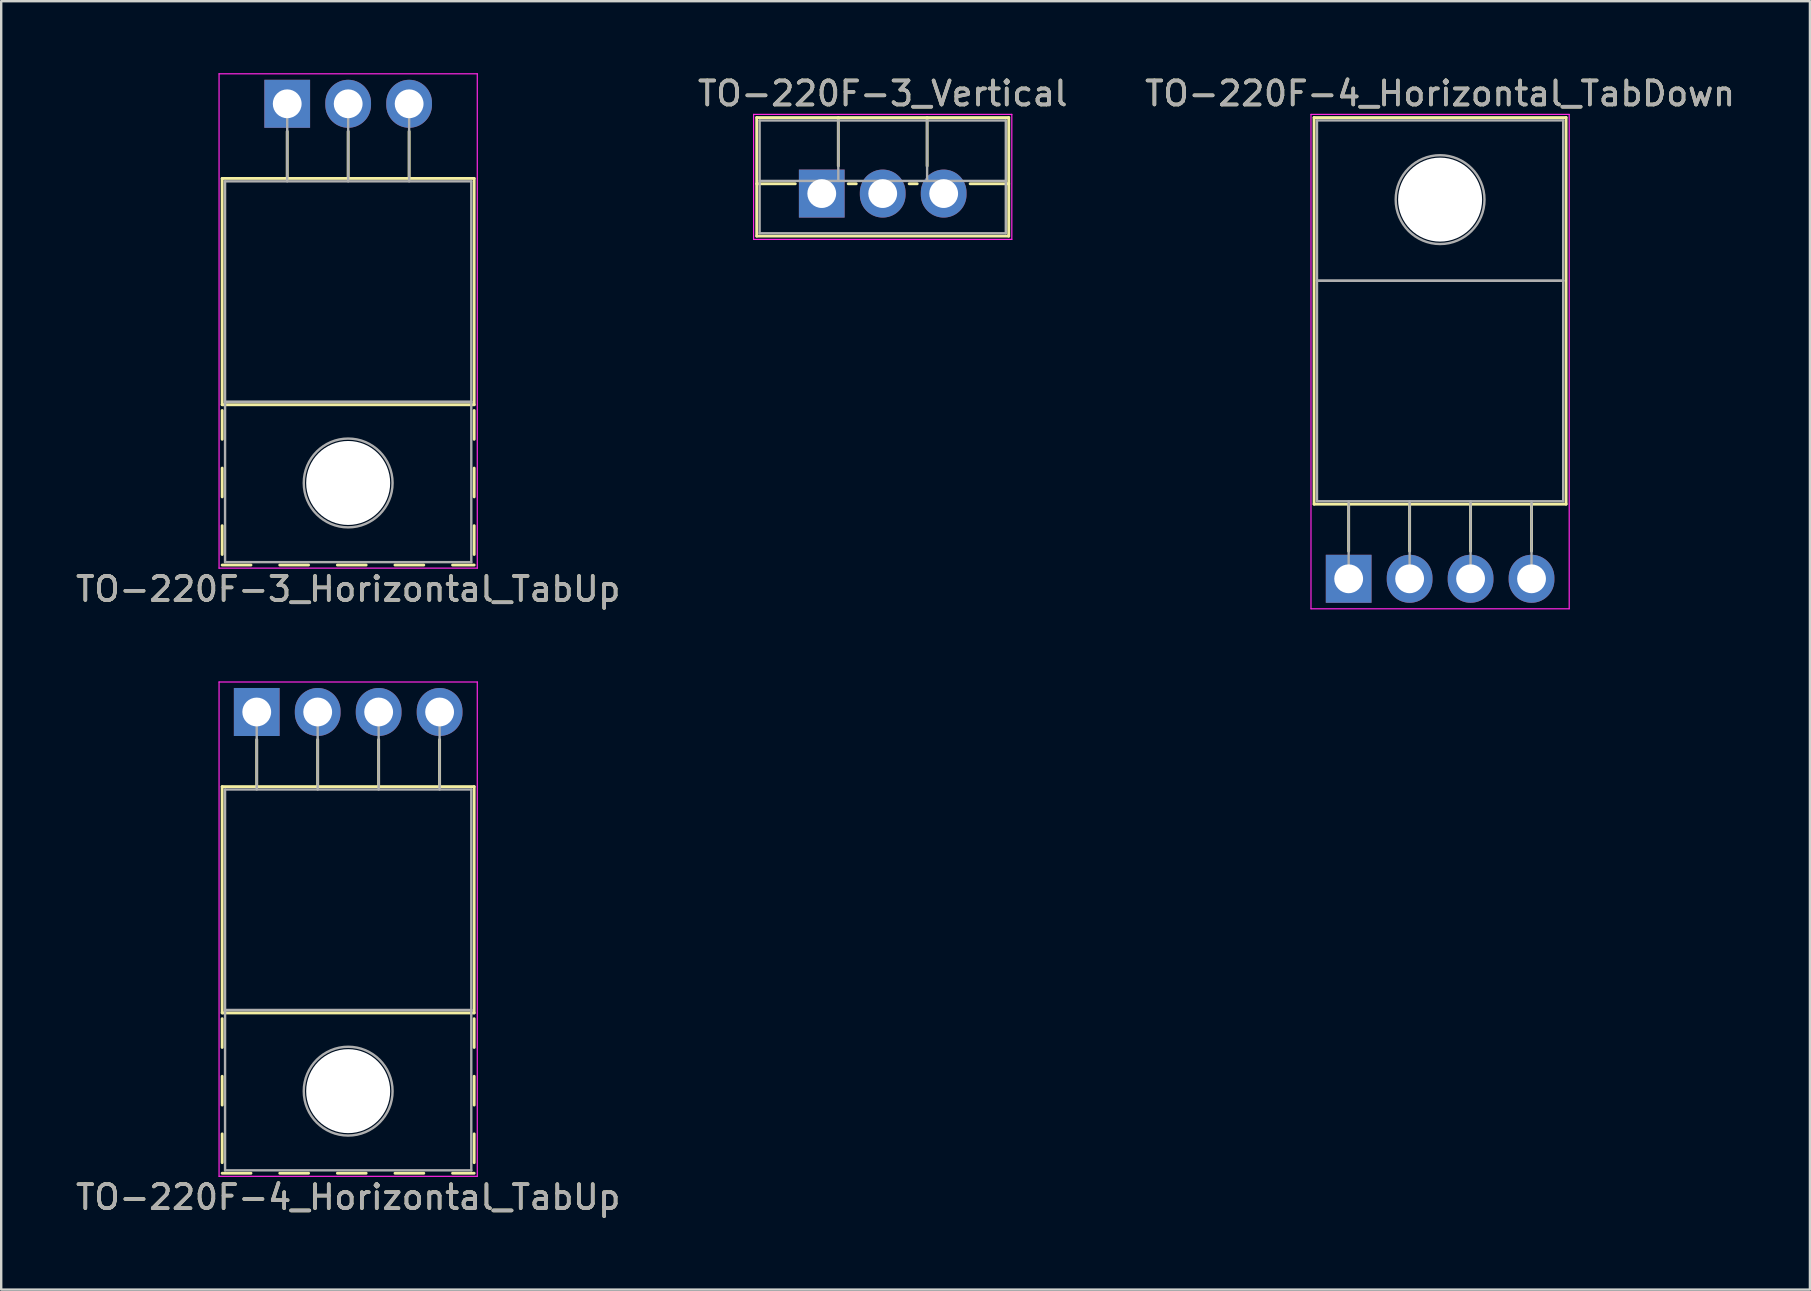
<source format=kicad_pcb>
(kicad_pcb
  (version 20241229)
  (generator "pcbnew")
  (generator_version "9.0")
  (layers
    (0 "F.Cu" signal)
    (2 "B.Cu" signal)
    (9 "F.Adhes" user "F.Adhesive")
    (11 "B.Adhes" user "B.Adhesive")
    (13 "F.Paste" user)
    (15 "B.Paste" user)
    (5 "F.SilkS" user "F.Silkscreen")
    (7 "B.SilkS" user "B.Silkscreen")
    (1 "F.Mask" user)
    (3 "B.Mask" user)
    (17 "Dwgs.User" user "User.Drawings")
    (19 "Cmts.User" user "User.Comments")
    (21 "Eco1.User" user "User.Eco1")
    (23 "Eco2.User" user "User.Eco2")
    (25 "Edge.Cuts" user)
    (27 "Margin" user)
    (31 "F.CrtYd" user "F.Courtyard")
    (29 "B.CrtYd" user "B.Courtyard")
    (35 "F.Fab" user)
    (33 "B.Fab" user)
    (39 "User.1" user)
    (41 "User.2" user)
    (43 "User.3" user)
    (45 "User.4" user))
  (footprint "TO-220F-3_Vertical"
    (layer "F.Cu")
    (at 31.192 5.016)
    (property "Reference" "TO-220F-3_Vertical" (at 2.54 -4.168 0) (layer "F.SilkS") (effects (font (size 1 1) (thickness 0.15))))
    (attr through_hole)
    (fp_line (start -2.71 -3.168) (end -2.71 1.773) (stroke (width 0.12) (type solid)) (layer "F.SilkS"))
    (fp_line (start -2.71 -3.168) (end 7.79 -3.168) (stroke (width 0.12) (type solid)) (layer "F.SilkS"))
    (fp_line (start -2.71 -0.408) (end -1.103 -0.408) (stroke (width 0.12) (type solid)) (layer "F.SilkS"))
    (fp_line (start -2.71 1.773) (end 7.79 1.773) (stroke (width 0.12) (type solid)) (layer "F.SilkS"))
    (fp_line (start 0.69 -3.168) (end 0.69 -1.15) (stroke (width 0.12) (type solid)) (layer "F.SilkS"))
    (fp_line (start 1.103 -0.408) (end 1.438 -0.408) (stroke (width 0.12) (type solid)) (layer "F.SilkS"))
    (fp_line (start 3.643 -0.408) (end 3.978 -0.408) (stroke (width 0.12) (type solid)) (layer "F.SilkS"))
    (fp_line (start 4.391 -3.168) (end 4.391 -1.15) (stroke (width 0.12) (type solid)) (layer "F.SilkS"))
    (fp_line (start 6.183 -0.408) (end 7.79 -0.408) (stroke (width 0.12) (type solid)) (layer "F.SilkS"))
    (fp_line (start 7.79 -3.168) (end 7.79 1.773) (stroke (width 0.12) (type solid)) (layer "F.SilkS"))
    (fp_line (start -2.84 -3.3) (end -2.84 1.91) (stroke (width 0.05) (type solid)) (layer "F.CrtYd"))
    (fp_line (start -2.84 1.91) (end 7.92 1.91) (stroke (width 0.05) (type solid)) (layer "F.CrtYd"))
    (fp_line (start 7.92 -3.3) (end -2.84 -3.3) (stroke (width 0.05) (type solid)) (layer "F.CrtYd"))
    (fp_line (start 7.92 1.91) (end 7.92 -3.3) (stroke (width 0.05) (type solid)) (layer "F.CrtYd"))
    (fp_line (start -2.59 -3.047) (end -2.59 1.653) (stroke (width 0.1) (type solid)) (layer "F.Fab"))
    (fp_line (start -2.59 -0.527) (end 7.67 -0.527) (stroke (width 0.1) (type solid)) (layer "F.Fab"))
    (fp_line (start -2.59 1.653) (end 7.67 1.653) (stroke (width 0.1) (type solid)) (layer "F.Fab"))
    (fp_line (start 0.69 -3.047) (end 0.69 -0.527) (stroke (width 0.1) (type solid)) (layer "F.Fab"))
    (fp_line (start 4.39 -3.047) (end 4.39 -0.527) (stroke (width 0.1) (type solid)) (layer "F.Fab"))
    (fp_line (start 7.67 -3.047) (end -2.59 -3.047) (stroke (width 0.1) (type solid)) (layer "F.Fab"))
    (fp_line (start 7.67 1.653) (end 7.67 -3.047) (stroke (width 0.1) (type solid)) (layer "F.Fab"))
    (fp_text user "${REFERENCE}" (at 2.54 -4.168 0) (layer "F.Fab") (effects (font (size 1 1) (thickness 0.15))))
    (pad "1" thru_hole rect (at 0 0) (size 1.905 2) (drill 1.2) (layers "*.Cu" "*.Mask"))
    (pad "2" thru_hole oval (at 2.54 0) (size 1.905 2) (drill 1.2) (layers "*.Cu" "*.Mask"))
    (pad "3" thru_hole oval (at 5.08 0) (size 1.905 2) (drill 1.2) (layers "*.Cu" "*.Mask")))
  (footprint "TO-220F-4_Horizontal_TabUp"
    (layer "F.Cu")
    (at 7.648 26.618)
    (property "Reference" "TO-220F-4_Horizontal_TabUp" (at 3.81 20.22 0) (layer "F.SilkS") (effects (font (size 1 1) (thickness 0.15))))
    (attr through_hole)
    (fp_line (start -1.44 3.11) (end -1.44 12.54) (stroke (width 0.12) (type solid)) (layer "F.SilkS"))
    (fp_line (start -1.44 3.11) (end 9.06 3.11) (stroke (width 0.12) (type solid)) (layer "F.SilkS"))
    (fp_line (start -1.44 12.54) (end 9.06 12.54) (stroke (width 0.12) (type solid)) (layer "F.SilkS"))
    (fp_line (start -1.44 12.78) (end -1.44 13.98) (stroke (width 0.12) (type solid)) (layer "F.SilkS"))
    (fp_line (start -1.44 15.18) (end -1.44 16.38) (stroke (width 0.12) (type solid)) (layer "F.SilkS"))
    (fp_line (start -1.44 17.58) (end -1.44 18.78) (stroke (width 0.12) (type solid)) (layer "F.SilkS"))
    (fp_line (start -1.44 19.22) (end -0.24 19.22) (stroke (width 0.12) (type solid)) (layer "F.SilkS"))
    (fp_line (start 0 1.15) (end 0 3.11) (stroke (width 0.12) (type solid)) (layer "F.SilkS"))
    (fp_line (start 0.96 19.22) (end 2.16 19.22) (stroke (width 0.12) (type solid)) (layer "F.SilkS"))
    (fp_line (start 2.54 1.15) (end 2.54 3.11) (stroke (width 0.12) (type solid)) (layer "F.SilkS"))
    (fp_line (start 3.361 19.22) (end 4.56 19.22) (stroke (width 0.12) (type solid)) (layer "F.SilkS"))
    (fp_line (start 5.08 1.15) (end 5.08 3.11) (stroke (width 0.12) (type solid)) (layer "F.SilkS"))
    (fp_line (start 5.761 19.22) (end 6.961 19.22) (stroke (width 0.12) (type solid)) (layer "F.SilkS"))
    (fp_line (start 7.62 1.15) (end 7.62 3.11) (stroke (width 0.12) (type solid)) (layer "F.SilkS"))
    (fp_line (start 8.16 19.22) (end 9.06 19.22) (stroke (width 0.12) (type solid)) (layer "F.SilkS"))
    (fp_line (start 9.06 3.11) (end 9.06 12.54) (stroke (width 0.12) (type solid)) (layer "F.SilkS"))
    (fp_line (start 9.06 12.78) (end 9.06 13.98) (stroke (width 0.12) (type solid)) (layer "F.SilkS"))
    (fp_line (start 9.06 15.18) (end 9.06 16.38) (stroke (width 0.12) (type solid)) (layer "F.SilkS"))
    (fp_line (start 9.06 17.58) (end 9.06 18.78) (stroke (width 0.12) (type solid)) (layer "F.SilkS"))
    (fp_line (start -1.57 -1.25) (end -1.57 19.35) (stroke (width 0.05) (type solid)) (layer "F.CrtYd"))
    (fp_line (start -1.57 19.35) (end 9.19 19.35) (stroke (width 0.05) (type solid)) (layer "F.CrtYd"))
    (fp_line (start 9.19 -1.25) (end -1.57 -1.25) (stroke (width 0.05) (type solid)) (layer "F.CrtYd"))
    (fp_line (start 9.19 19.35) (end 9.19 -1.25) (stroke (width 0.05) (type solid)) (layer "F.CrtYd"))
    (fp_line (start -1.32 3.23) (end -1.32 12.42) (stroke (width 0.1) (type solid)) (layer "F.Fab"))
    (fp_line (start -1.32 12.42) (end -1.32 19.1) (stroke (width 0.1) (type solid)) (layer "F.Fab"))
    (fp_line (start -1.32 12.42) (end 8.94 12.42) (stroke (width 0.1) (type solid)) (layer "F.Fab"))
    (fp_line (start -1.32 19.1) (end 8.94 19.1) (stroke (width 0.1) (type solid)) (layer "F.Fab"))
    (fp_line (start 0 3.23) (end 0 0) (stroke (width 0.1) (type solid)) (layer "F.Fab"))
    (fp_line (start 2.54 3.23) (end 2.54 0) (stroke (width 0.1) (type solid)) (layer "F.Fab"))
    (fp_line (start 5.08 3.23) (end 5.08 0) (stroke (width 0.1) (type solid)) (layer "F.Fab"))
    (fp_line (start 7.62 3.23) (end 7.62 0) (stroke (width 0.1) (type solid)) (layer "F.Fab"))
    (fp_line (start 8.94 3.23) (end -1.32 3.23) (stroke (width 0.1) (type solid)) (layer "F.Fab"))
    (fp_line (start 8.94 12.42) (end -1.32 12.42) (stroke (width 0.1) (type solid)) (layer "F.Fab"))
    (fp_line (start 8.94 12.42) (end 8.94 3.23) (stroke (width 0.1) (type solid)) (layer "F.Fab"))
    (fp_line (start 8.94 19.1) (end 8.94 12.42) (stroke (width 0.1) (type solid)) (layer "F.Fab"))
    (fp_circle (center 3.81 15.8) (end 5.66 15.8) (stroke (width 0.1) (type solid)) (fill no) (layer "F.Fab"))
    (fp_text user "${REFERENCE}" (at 3.81 20.22 0) (layer "F.Fab") (effects (font (size 1 1) (thickness 0.15))))
    (pad "" np_thru_hole oval (at 3.81 15.8) (size 3.5 3.5) (drill 3.5) (layers "*.Cu" "*.Mask"))
    (pad "1" thru_hole rect (at 0 0) (size 1.905 2) (drill 1.2) (layers "*.Cu" "*.Mask"))
    (pad "2" thru_hole oval (at 2.54 0) (size 1.905 2) (drill 1.2) (layers "*.Cu" "*.Mask"))
    (pad "3" thru_hole oval (at 5.08 0) (size 1.905 2) (drill 1.2) (layers "*.Cu" "*.Mask"))
    (pad "4" thru_hole oval (at 7.62 0) (size 1.905 2) (drill 1.2) (layers "*.Cu" "*.Mask")))
  (footprint "TO-220F-3_Horizontal_TabUp"
    (layer "F.Cu")
    (at 8.918 1.275)
    (property "Reference" "TO-220F-3_Horizontal_TabUp" (at 2.54 20.22 0) (layer "F.SilkS") (effects (font (size 1 1) (thickness 0.15))))
    (attr through_hole)
    (fp_line (start -2.71 3.11) (end -2.71 12.54) (stroke (width 0.12) (type solid)) (layer "F.SilkS"))
    (fp_line (start -2.71 3.11) (end 7.79 3.11) (stroke (width 0.12) (type solid)) (layer "F.SilkS"))
    (fp_line (start -2.71 12.54) (end 7.79 12.54) (stroke (width 0.12) (type solid)) (layer "F.SilkS"))
    (fp_line (start -2.71 12.78) (end -2.71 13.98) (stroke (width 0.12) (type solid)) (layer "F.SilkS"))
    (fp_line (start -2.71 15.18) (end -2.71 16.38) (stroke (width 0.12) (type solid)) (layer "F.SilkS"))
    (fp_line (start -2.71 17.58) (end -2.71 18.78) (stroke (width 0.12) (type solid)) (layer "F.SilkS"))
    (fp_line (start -2.71 19.22) (end -1.51 19.22) (stroke (width 0.12) (type solid)) (layer "F.SilkS"))
    (fp_line (start -0.311 19.22) (end 0.89 19.22) (stroke (width 0.12) (type solid)) (layer "F.SilkS"))
    (fp_line (start 0 1.15) (end 0 3.11) (stroke (width 0.12) (type solid)) (layer "F.SilkS"))
    (fp_line (start 2.09 19.22) (end 3.29 19.22) (stroke (width 0.12) (type solid)) (layer "F.SilkS"))
    (fp_line (start 2.54 1.15) (end 2.54 3.11) (stroke (width 0.12) (type solid)) (layer "F.SilkS"))
    (fp_line (start 4.49 19.22) (end 5.69 19.22) (stroke (width 0.12) (type solid)) (layer "F.SilkS"))
    (fp_line (start 5.08 1.15) (end 5.08 3.11) (stroke (width 0.12) (type solid)) (layer "F.SilkS"))
    (fp_line (start 6.89 19.22) (end 7.79 19.22) (stroke (width 0.12) (type solid)) (layer "F.SilkS"))
    (fp_line (start 7.79 3.11) (end 7.79 12.54) (stroke (width 0.12) (type solid)) (layer "F.SilkS"))
    (fp_line (start 7.79 12.78) (end 7.79 13.98) (stroke (width 0.12) (type solid)) (layer "F.SilkS"))
    (fp_line (start 7.79 15.18) (end 7.79 16.38) (stroke (width 0.12) (type solid)) (layer "F.SilkS"))
    (fp_line (start 7.79 17.58) (end 7.79 18.78) (stroke (width 0.12) (type solid)) (layer "F.SilkS"))
    (fp_line (start -2.84 -1.25) (end -2.84 19.35) (stroke (width 0.05) (type solid)) (layer "F.CrtYd"))
    (fp_line (start -2.84 19.35) (end 7.92 19.35) (stroke (width 0.05) (type solid)) (layer "F.CrtYd"))
    (fp_line (start 7.92 -1.25) (end -2.84 -1.25) (stroke (width 0.05) (type solid)) (layer "F.CrtYd"))
    (fp_line (start 7.92 19.35) (end 7.92 -1.25) (stroke (width 0.05) (type solid)) (layer "F.CrtYd"))
    (fp_line (start -2.59 3.23) (end -2.59 12.42) (stroke (width 0.1) (type solid)) (layer "F.Fab"))
    (fp_line (start -2.59 12.42) (end -2.59 19.1) (stroke (width 0.1) (type solid)) (layer "F.Fab"))
    (fp_line (start -2.59 12.42) (end 7.67 12.42) (stroke (width 0.1) (type solid)) (layer "F.Fab"))
    (fp_line (start -2.59 19.1) (end 7.67 19.1) (stroke (width 0.1) (type solid)) (layer "F.Fab"))
    (fp_line (start 0 3.23) (end 0 0) (stroke (width 0.1) (type solid)) (layer "F.Fab"))
    (fp_line (start 2.54 3.23) (end 2.54 0) (stroke (width 0.1) (type solid)) (layer "F.Fab"))
    (fp_line (start 5.08 3.23) (end 5.08 0) (stroke (width 0.1) (type solid)) (layer "F.Fab"))
    (fp_line (start 7.67 3.23) (end -2.59 3.23) (stroke (width 0.1) (type solid)) (layer "F.Fab"))
    (fp_line (start 7.67 12.42) (end -2.59 12.42) (stroke (width 0.1) (type solid)) (layer "F.Fab"))
    (fp_line (start 7.67 12.42) (end 7.67 3.23) (stroke (width 0.1) (type solid)) (layer "F.Fab"))
    (fp_line (start 7.67 19.1) (end 7.67 12.42) (stroke (width 0.1) (type solid)) (layer "F.Fab"))
    (fp_circle (center 2.54 15.8) (end 4.39 15.8) (stroke (width 0.1) (type solid)) (fill no) (layer "F.Fab"))
    (fp_text user "${REFERENCE}" (at 2.54 20.22 0) (layer "F.Fab") (effects (font (size 1 1) (thickness 0.15))))
    (pad "" np_thru_hole oval (at 2.54 15.8) (size 3.5 3.5) (drill 3.5) (layers "*.Cu" "*.Mask"))
    (pad "1" thru_hole rect (at 0 0) (size 1.905 2) (drill 1.2) (layers "*.Cu" "*.Mask"))
    (pad "2" thru_hole oval (at 2.54 0) (size 1.905 2) (drill 1.2) (layers "*.Cu" "*.Mask"))
    (pad "3" thru_hole oval (at 5.08 0) (size 1.905 2) (drill 1.2) (layers "*.Cu" "*.Mask")))
  (footprint "TO-220F-4_Horizontal_TabDown"
    (layer "F.Cu")
    (at 53.148 21.068)
    (property "Reference" "TO-220F-4_Horizontal_TabDown" (at 3.81 -20.22 0) (layer "F.SilkS") (effects (font (size 1 1) (thickness 0.15))))
    (attr through_hole)
    (fp_line (start -1.44 -19.22) (end -1.44 -3.11) (stroke (width 0.12) (type solid)) (layer "F.SilkS"))
    (fp_line (start -1.44 -19.22) (end 9.06 -19.22) (stroke (width 0.12) (type solid)) (layer "F.SilkS"))
    (fp_line (start -1.44 -3.11) (end 9.06 -3.11) (stroke (width 0.12) (type solid)) (layer "F.SilkS"))
    (fp_line (start 0 -3.11) (end 0 -1.15) (stroke (width 0.12) (type solid)) (layer "F.SilkS"))
    (fp_line (start 2.54 -3.11) (end 2.54 -1.15) (stroke (width 0.12) (type solid)) (layer "F.SilkS"))
    (fp_line (start 5.08 -3.11) (end 5.08 -1.15) (stroke (width 0.12) (type solid)) (layer "F.SilkS"))
    (fp_line (start 7.62 -3.11) (end 7.62 -1.15) (stroke (width 0.12) (type solid)) (layer "F.SilkS"))
    (fp_line (start 9.06 -19.22) (end 9.06 -3.11) (stroke (width 0.12) (type solid)) (layer "F.SilkS"))
    (fp_line (start -1.57 -19.35) (end -1.57 1.25) (stroke (width 0.05) (type solid)) (layer "F.CrtYd"))
    (fp_line (start -1.57 1.25) (end 9.19 1.25) (stroke (width 0.05) (type solid)) (layer "F.CrtYd"))
    (fp_line (start 9.19 -19.35) (end -1.57 -19.35) (stroke (width 0.05) (type solid)) (layer "F.CrtYd"))
    (fp_line (start 9.19 1.25) (end 9.19 -19.35) (stroke (width 0.05) (type solid)) (layer "F.CrtYd"))
    (fp_line (start -1.32 -19.1) (end 8.94 -19.1) (stroke (width 0.1) (type solid)) (layer "F.Fab"))
    (fp_line (start -1.32 -12.42) (end -1.32 -19.1) (stroke (width 0.1) (type solid)) (layer "F.Fab"))
    (fp_line (start -1.32 -12.42) (end 8.94 -12.42) (stroke (width 0.1) (type solid)) (layer "F.Fab"))
    (fp_line (start -1.32 -3.23) (end -1.32 -12.42) (stroke (width 0.1) (type solid)) (layer "F.Fab"))
    (fp_line (start 0 -3.23) (end 0 0) (stroke (width 0.1) (type solid)) (layer "F.Fab"))
    (fp_line (start 2.54 -3.23) (end 2.54 0) (stroke (width 0.1) (type solid)) (layer "F.Fab"))
    (fp_line (start 5.08 -3.23) (end 5.08 0) (stroke (width 0.1) (type solid)) (layer "F.Fab"))
    (fp_line (start 7.62 -3.23) (end 7.62 0) (stroke (width 0.1) (type solid)) (layer "F.Fab"))
    (fp_line (start 8.94 -19.1) (end 8.94 -12.42) (stroke (width 0.1) (type solid)) (layer "F.Fab"))
    (fp_line (start 8.94 -12.42) (end -1.32 -12.42) (stroke (width 0.1) (type solid)) (layer "F.Fab"))
    (fp_line (start 8.94 -12.42) (end 8.94 -3.23) (stroke (width 0.1) (type solid)) (layer "F.Fab"))
    (fp_line (start 8.94 -3.23) (end -1.32 -3.23) (stroke (width 0.1) (type solid)) (layer "F.Fab"))
    (fp_circle (center 3.81 -15.8) (end 5.66 -15.8) (stroke (width 0.1) (type solid)) (fill no) (layer "F.Fab"))
    (fp_text user "${REFERENCE}" (at 3.81 -20.22 0) (layer "F.Fab") (effects (font (size 1 1) (thickness 0.15))))
    (pad "" np_thru_hole oval (at 3.81 -15.8) (size 3.5 3.5) (drill 3.5) (layers "*.Cu" "*.Mask"))
    (pad "1" thru_hole rect (at 0 0) (size 1.905 2) (drill 1.2) (layers "*.Cu" "*.Mask"))
    (pad "2" thru_hole oval (at 2.54 0) (size 1.905 2) (drill 1.2) (layers "*.Cu" "*.Mask"))
    (pad "3" thru_hole oval (at 5.08 0) (size 1.905 2) (drill 1.2) (layers "*.Cu" "*.Mask"))
    (pad "4" thru_hole oval (at 7.62 0) (size 1.905 2) (drill 1.2) (layers "*.Cu" "*.Mask")))
  (gr_rect
    (start -3 -3)
    (end 72.369 50.687)
    (stroke (width 0.1) (type default))
    (fill no)
    (layer "Edge.Cuts")))
</source>
